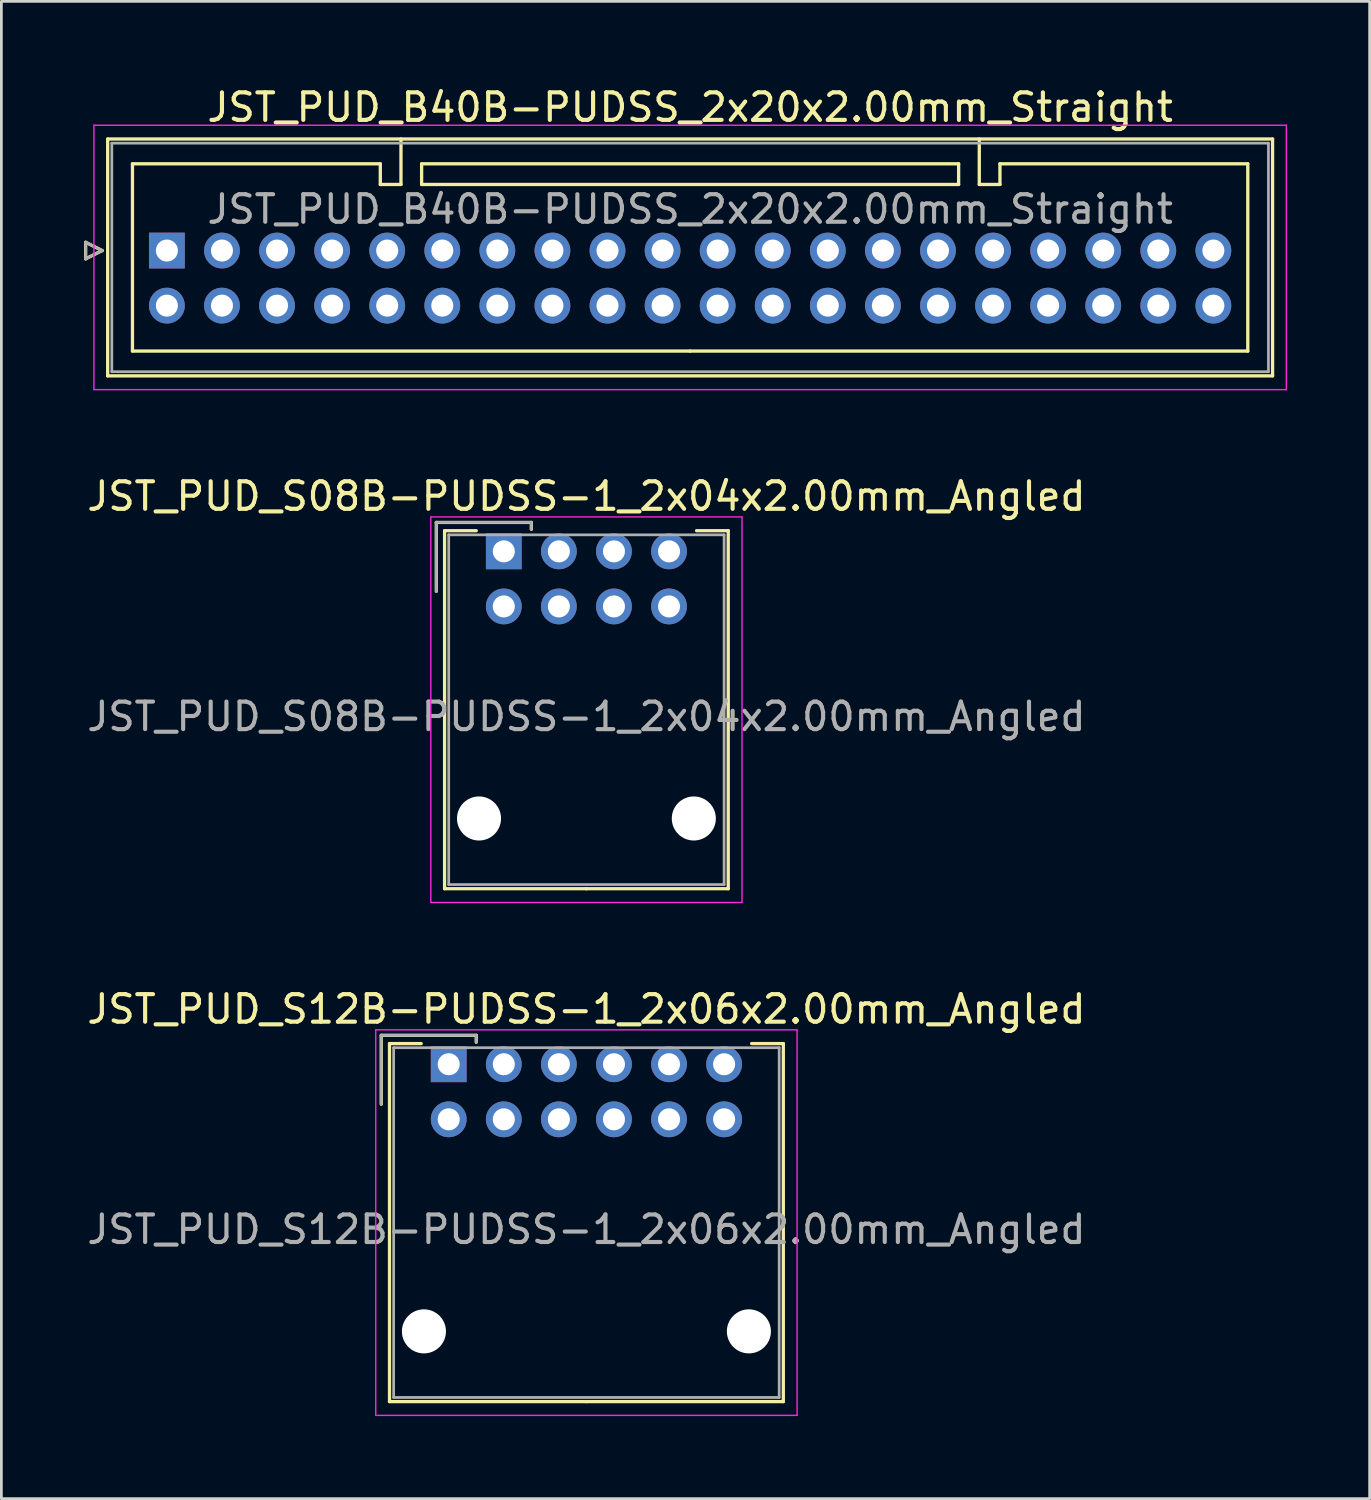
<source format=kicad_pcb>
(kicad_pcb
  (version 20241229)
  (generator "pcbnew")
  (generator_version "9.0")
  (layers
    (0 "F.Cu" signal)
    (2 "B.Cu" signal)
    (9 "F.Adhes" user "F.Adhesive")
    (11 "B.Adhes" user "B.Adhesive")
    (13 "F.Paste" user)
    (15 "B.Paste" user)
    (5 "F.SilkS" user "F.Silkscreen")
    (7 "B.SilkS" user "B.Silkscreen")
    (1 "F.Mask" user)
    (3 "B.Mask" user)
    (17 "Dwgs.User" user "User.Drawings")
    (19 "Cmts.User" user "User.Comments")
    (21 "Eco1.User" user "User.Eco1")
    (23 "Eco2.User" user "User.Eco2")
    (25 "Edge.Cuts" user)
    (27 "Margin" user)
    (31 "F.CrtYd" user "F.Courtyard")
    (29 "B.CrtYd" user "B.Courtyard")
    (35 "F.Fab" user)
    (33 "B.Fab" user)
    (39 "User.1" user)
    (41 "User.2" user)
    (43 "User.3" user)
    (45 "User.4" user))
  (footprint "JST_PUD_S12B-PUDSS-1_2x06x2.00mm_Angled"
    (layer "F.Cu")
    (at 13.244 35.595)
    (property "Reference" "JST_PUD_S12B-PUDSS-1_2x06x2.00mm_Angled" (at 5 -2 0) (layer "F.SilkS") (effects (font (size 1 1) (thickness 0.15))))
    (attr through_hole)
    (fp_line (start -2.45 -1.05) (end -2.45 1.45) (stroke (width 0.12) (type solid)) (layer "F.SilkS"))
    (fp_line (start -2.15 -0.75) (end -2.15 12.25) (stroke (width 0.12) (type solid)) (layer "F.SilkS"))
    (fp_line (start -2.15 12.25) (end 5 12.25) (stroke (width 0.12) (type solid)) (layer "F.SilkS"))
    (fp_line (start -1 -0.75) (end -2.15 -0.75) (stroke (width 0.12) (type solid)) (layer "F.SilkS"))
    (fp_line (start 1 -1.05) (end -2.45 -1.05) (stroke (width 0.12) (type solid)) (layer "F.SilkS"))
    (fp_line (start 1 -0.8) (end 1 -1.05) (stroke (width 0.12) (type solid)) (layer "F.SilkS"))
    (fp_line (start 11 -0.75) (end 12.15 -0.75) (stroke (width 0.12) (type solid)) (layer "F.SilkS"))
    (fp_line (start 12.15 -0.75) (end 12.15 12.25) (stroke (width 0.12) (type solid)) (layer "F.SilkS"))
    (fp_line (start 12.15 12.25) (end 5 12.25) (stroke (width 0.12) (type solid)) (layer "F.SilkS"))
    (fp_line (start -2.65 -1.25) (end -2.65 12.75) (stroke (width 0.05) (type solid)) (layer "F.CrtYd"))
    (fp_line (start -2.65 12.75) (end 12.65 12.75) (stroke (width 0.05) (type solid)) (layer "F.CrtYd"))
    (fp_line (start 12.65 -1.25) (end -2.65 -1.25) (stroke (width 0.05) (type solid)) (layer "F.CrtYd"))
    (fp_line (start 12.65 12.75) (end 12.65 -1.25) (stroke (width 0.05) (type solid)) (layer "F.CrtYd"))
    (fp_line (start -2.45 -1.05) (end -2.45 1.45) (stroke (width 0.1) (type solid)) (layer "F.Fab"))
    (fp_line (start -2 -0.6) (end -2 12.1) (stroke (width 0.1) (type solid)) (layer "F.Fab"))
    (fp_line (start -2 12.1) (end 12 12.1) (stroke (width 0.1) (type solid)) (layer "F.Fab"))
    (fp_line (start 1 -1.05) (end -2.45 -1.05) (stroke (width 0.1) (type solid)) (layer "F.Fab"))
    (fp_line (start 1 -0.8) (end 1 -1.05) (stroke (width 0.1) (type solid)) (layer "F.Fab"))
    (fp_line (start 12 -0.6) (end -2 -0.6) (stroke (width 0.1) (type solid)) (layer "F.Fab"))
    (fp_line (start 12 12.1) (end 12 -0.6) (stroke (width 0.1) (type solid)) (layer "F.Fab"))
    (fp_text user "${REFERENCE}" (at 5 6 0) (layer "F.Fab") (effects (font (size 1 1) (thickness 0.15))))
    (pad "" np_thru_hole circle (at -0.9 9.7) (size 1.6 1.6) (drill 1.6) (layers "*.Cu"))
    (pad "" np_thru_hole circle (at 10.9 9.7) (size 1.6 1.6) (drill 1.6) (layers "*.Cu"))
    (pad "1" thru_hole rect (at 0 0) (size 1.3 1.3) (drill 0.8) (layers "*.Cu" "*.Mask"))
    (pad "2" thru_hole circle (at 0 2) (size 1.3 1.3) (drill 0.8) (layers "*.Cu" "*.Mask"))
    (pad "3" thru_hole circle (at 2 0) (size 1.3 1.3) (drill 0.8) (layers "*.Cu" "*.Mask"))
    (pad "4" thru_hole circle (at 2 2) (size 1.3 1.3) (drill 0.8) (layers "*.Cu" "*.Mask"))
    (pad "5" thru_hole circle (at 4 0) (size 1.3 1.3) (drill 0.8) (layers "*.Cu" "*.Mask"))
    (pad "6" thru_hole circle (at 4 2) (size 1.3 1.3) (drill 0.8) (layers "*.Cu" "*.Mask"))
    (pad "7" thru_hole circle (at 6 0) (size 1.3 1.3) (drill 0.8) (layers "*.Cu" "*.Mask"))
    (pad "8" thru_hole circle (at 6 2) (size 1.3 1.3) (drill 0.8) (layers "*.Cu" "*.Mask"))
    (pad "9" thru_hole circle (at 8 0) (size 1.3 1.3) (drill 0.8) (layers "*.Cu" "*.Mask"))
    (pad "10" thru_hole circle (at 8 2) (size 1.3 1.3) (drill 0.8) (layers "*.Cu" "*.Mask"))
    (pad "11" thru_hole circle (at 10 0) (size 1.3 1.3) (drill 0.8) (layers "*.Cu" "*.Mask"))
    (pad "12" thru_hole circle (at 10 2) (size 1.3 1.3) (drill 0.8) (layers "*.Cu" "*.Mask")))
  (footprint "JST_PUD_B40B-PUDSS_2x20x2.00mm_Straight"
    (layer "F.Cu")
    (at 3.01 6.048)
    (property "Reference" "JST_PUD_B40B-PUDSS_2x20x2.00mm_Straight" (at 19 -5.2 0) (layer "F.SilkS") (effects (font (size 1 1) (thickness 0.15))))
    (attr through_hole)
    (fp_line (start -2.95 -0.3) (end -2.35 0) (stroke (width 0.12) (type solid)) (layer "F.SilkS"))
    (fp_line (start -2.95 0.3) (end -2.95 -0.3) (stroke (width 0.12) (type solid)) (layer "F.SilkS"))
    (fp_line (start -2.35 0) (end -2.95 0.3) (stroke (width 0.12) (type solid)) (layer "F.SilkS"))
    (fp_line (start -2.15 -4.05) (end -2.15 4.55) (stroke (width 0.12) (type solid)) (layer "F.SilkS"))
    (fp_line (start -2.15 4.55) (end 40.15 4.55) (stroke (width 0.12) (type solid)) (layer "F.SilkS"))
    (fp_line (start -1.25 -3.15) (end -1.25 3.65) (stroke (width 0.12) (type solid)) (layer "F.SilkS"))
    (fp_line (start -1.25 3.65) (end 19 3.65) (stroke (width 0.12) (type solid)) (layer "F.SilkS"))
    (fp_line (start 7.75 -3.15) (end -1.25 -3.15) (stroke (width 0.12) (type solid)) (layer "F.SilkS"))
    (fp_line (start 7.75 -2.4) (end 7.75 -3.15) (stroke (width 0.12) (type solid)) (layer "F.SilkS"))
    (fp_line (start 8.5 -4.05) (end 8.5 -2.4) (stroke (width 0.12) (type solid)) (layer "F.SilkS"))
    (fp_line (start 8.5 -2.4) (end 7.75 -2.4) (stroke (width 0.12) (type solid)) (layer "F.SilkS"))
    (fp_line (start 9.25 -3.15) (end 9.25 -2.4) (stroke (width 0.12) (type solid)) (layer "F.SilkS"))
    (fp_line (start 9.25 -2.4) (end 28.75 -2.4) (stroke (width 0.12) (type solid)) (layer "F.SilkS"))
    (fp_line (start 28.75 -3.15) (end 9.25 -3.15) (stroke (width 0.12) (type solid)) (layer "F.SilkS"))
    (fp_line (start 28.75 -2.4) (end 28.75 -3.15) (stroke (width 0.12) (type solid)) (layer "F.SilkS"))
    (fp_line (start 29.5 -4.05) (end 29.5 -2.4) (stroke (width 0.12) (type solid)) (layer "F.SilkS"))
    (fp_line (start 29.5 -2.4) (end 30.25 -2.4) (stroke (width 0.12) (type solid)) (layer "F.SilkS"))
    (fp_line (start 30.25 -3.15) (end 39.25 -3.15) (stroke (width 0.12) (type solid)) (layer "F.SilkS"))
    (fp_line (start 30.25 -2.4) (end 30.25 -3.15) (stroke (width 0.12) (type solid)) (layer "F.SilkS"))
    (fp_line (start 39.25 -3.15) (end 39.25 3.65) (stroke (width 0.12) (type solid)) (layer "F.SilkS"))
    (fp_line (start 39.25 3.65) (end 19 3.65) (stroke (width 0.12) (type solid)) (layer "F.SilkS"))
    (fp_line (start 40.15 -4.05) (end -2.15 -4.05) (stroke (width 0.12) (type solid)) (layer "F.SilkS"))
    (fp_line (start 40.15 4.55) (end 40.15 -4.05) (stroke (width 0.12) (type solid)) (layer "F.SilkS"))
    (fp_line (start -2.65 -4.55) (end -2.65 5.05) (stroke (width 0.05) (type solid)) (layer "F.CrtYd"))
    (fp_line (start -2.65 5.05) (end 40.65 5.05) (stroke (width 0.05) (type solid)) (layer "F.CrtYd"))
    (fp_line (start 40.65 -4.55) (end -2.65 -4.55) (stroke (width 0.05) (type solid)) (layer "F.CrtYd"))
    (fp_line (start 40.65 5.05) (end 40.65 -4.55) (stroke (width 0.05) (type solid)) (layer "F.CrtYd"))
    (fp_line (start -2.95 -0.3) (end -2.35 0) (stroke (width 0.1) (type solid)) (layer "F.Fab"))
    (fp_line (start -2.95 0.3) (end -2.95 -0.3) (stroke (width 0.1) (type solid)) (layer "F.Fab"))
    (fp_line (start -2.35 0) (end -2.95 0.3) (stroke (width 0.1) (type solid)) (layer "F.Fab"))
    (fp_line (start -2 -3.9) (end -2 4.4) (stroke (width 0.1) (type solid)) (layer "F.Fab"))
    (fp_line (start -2 4.4) (end 40 4.4) (stroke (width 0.1) (type solid)) (layer "F.Fab"))
    (fp_line (start 40 -3.9) (end -2 -3.9) (stroke (width 0.1) (type solid)) (layer "F.Fab"))
    (fp_line (start 40 4.4) (end 40 -3.9) (stroke (width 0.1) (type solid)) (layer "F.Fab"))
    (fp_text user "${REFERENCE}" (at 19 -1.5 0) (layer "F.Fab") (effects (font (size 1 1) (thickness 0.15))))
    (pad "1" thru_hole rect (at 0 0) (size 1.3 1.3) (drill 0.8) (layers "*.Cu" "*.Mask"))
    (pad "2" thru_hole circle (at 0 2) (size 1.3 1.3) (drill 0.8) (layers "*.Cu" "*.Mask"))
    (pad "3" thru_hole circle (at 2 0) (size 1.3 1.3) (drill 0.8) (layers "*.Cu" "*.Mask"))
    (pad "4" thru_hole circle (at 2 2) (size 1.3 1.3) (drill 0.8) (layers "*.Cu" "*.Mask"))
    (pad "5" thru_hole circle (at 4 0) (size 1.3 1.3) (drill 0.8) (layers "*.Cu" "*.Mask"))
    (pad "6" thru_hole circle (at 4 2) (size 1.3 1.3) (drill 0.8) (layers "*.Cu" "*.Mask"))
    (pad "7" thru_hole circle (at 6 0) (size 1.3 1.3) (drill 0.8) (layers "*.Cu" "*.Mask"))
    (pad "8" thru_hole circle (at 6 2) (size 1.3 1.3) (drill 0.8) (layers "*.Cu" "*.Mask"))
    (pad "9" thru_hole circle (at 8 0) (size 1.3 1.3) (drill 0.8) (layers "*.Cu" "*.Mask"))
    (pad "10" thru_hole circle (at 8 2) (size 1.3 1.3) (drill 0.8) (layers "*.Cu" "*.Mask"))
    (pad "11" thru_hole circle (at 10 0) (size 1.3 1.3) (drill 0.8) (layers "*.Cu" "*.Mask"))
    (pad "12" thru_hole circle (at 10 2) (size 1.3 1.3) (drill 0.8) (layers "*.Cu" "*.Mask"))
    (pad "13" thru_hole circle (at 12 0) (size 1.3 1.3) (drill 0.8) (layers "*.Cu" "*.Mask"))
    (pad "14" thru_hole circle (at 12 2) (size 1.3 1.3) (drill 0.8) (layers "*.Cu" "*.Mask"))
    (pad "15" thru_hole circle (at 14 0) (size 1.3 1.3) (drill 0.8) (layers "*.Cu" "*.Mask"))
    (pad "16" thru_hole circle (at 14 2) (size 1.3 1.3) (drill 0.8) (layers "*.Cu" "*.Mask"))
    (pad "17" thru_hole circle (at 16 0) (size 1.3 1.3) (drill 0.8) (layers "*.Cu" "*.Mask"))
    (pad "18" thru_hole circle (at 16 2) (size 1.3 1.3) (drill 0.8) (layers "*.Cu" "*.Mask"))
    (pad "19" thru_hole circle (at 18 0) (size 1.3 1.3) (drill 0.8) (layers "*.Cu" "*.Mask"))
    (pad "20" thru_hole circle (at 18 2) (size 1.3 1.3) (drill 0.8) (layers "*.Cu" "*.Mask"))
    (pad "21" thru_hole circle (at 20 0) (size 1.3 1.3) (drill 0.8) (layers "*.Cu" "*.Mask"))
    (pad "22" thru_hole circle (at 20 2) (size 1.3 1.3) (drill 0.8) (layers "*.Cu" "*.Mask"))
    (pad "23" thru_hole circle (at 22 0) (size 1.3 1.3) (drill 0.8) (layers "*.Cu" "*.Mask"))
    (pad "24" thru_hole circle (at 22 2) (size 1.3 1.3) (drill 0.8) (layers "*.Cu" "*.Mask"))
    (pad "25" thru_hole circle (at 24 0) (size 1.3 1.3) (drill 0.8) (layers "*.Cu" "*.Mask"))
    (pad "26" thru_hole circle (at 24 2) (size 1.3 1.3) (drill 0.8) (layers "*.Cu" "*.Mask"))
    (pad "27" thru_hole circle (at 26 0) (size 1.3 1.3) (drill 0.8) (layers "*.Cu" "*.Mask"))
    (pad "28" thru_hole circle (at 26 2) (size 1.3 1.3) (drill 0.8) (layers "*.Cu" "*.Mask"))
    (pad "29" thru_hole circle (at 28 0) (size 1.3 1.3) (drill 0.8) (layers "*.Cu" "*.Mask"))
    (pad "30" thru_hole circle (at 28 2) (size 1.3 1.3) (drill 0.8) (layers "*.Cu" "*.Mask"))
    (pad "31" thru_hole circle (at 30 0) (size 1.3 1.3) (drill 0.8) (layers "*.Cu" "*.Mask"))
    (pad "32" thru_hole circle (at 30 2) (size 1.3 1.3) (drill 0.8) (layers "*.Cu" "*.Mask"))
    (pad "33" thru_hole circle (at 32 0) (size 1.3 1.3) (drill 0.8) (layers "*.Cu" "*.Mask"))
    (pad "34" thru_hole circle (at 32 2) (size 1.3 1.3) (drill 0.8) (layers "*.Cu" "*.Mask"))
    (pad "35" thru_hole circle (at 34 0) (size 1.3 1.3) (drill 0.8) (layers "*.Cu" "*.Mask"))
    (pad "36" thru_hole circle (at 34 2) (size 1.3 1.3) (drill 0.8) (layers "*.Cu" "*.Mask"))
    (pad "37" thru_hole circle (at 36 0) (size 1.3 1.3) (drill 0.8) (layers "*.Cu" "*.Mask"))
    (pad "38" thru_hole circle (at 36 2) (size 1.3 1.3) (drill 0.8) (layers "*.Cu" "*.Mask"))
    (pad "39" thru_hole circle (at 38 0) (size 1.3 1.3) (drill 0.8) (layers "*.Cu" "*.Mask"))
    (pad "40" thru_hole circle (at 38 2) (size 1.3 1.3) (drill 0.8) (layers "*.Cu" "*.Mask")))
  (footprint "JST_PUD_S08B-PUDSS-1_2x04x2.00mm_Angled"
    (layer "F.Cu")
    (at 15.244 16.971)
    (property "Reference" "JST_PUD_S08B-PUDSS-1_2x04x2.00mm_Angled" (at 3 -2 0) (layer "F.SilkS") (effects (font (size 1 1) (thickness 0.15))))
    (attr through_hole)
    (fp_line (start -2.45 -1.05) (end -2.45 1.45) (stroke (width 0.12) (type solid)) (layer "F.SilkS"))
    (fp_line (start -2.15 -0.75) (end -2.15 12.25) (stroke (width 0.12) (type solid)) (layer "F.SilkS"))
    (fp_line (start -2.15 12.25) (end 3 12.25) (stroke (width 0.12) (type solid)) (layer "F.SilkS"))
    (fp_line (start -1 -0.75) (end -2.15 -0.75) (stroke (width 0.12) (type solid)) (layer "F.SilkS"))
    (fp_line (start 1 -1.05) (end -2.45 -1.05) (stroke (width 0.12) (type solid)) (layer "F.SilkS"))
    (fp_line (start 1 -0.8) (end 1 -1.05) (stroke (width 0.12) (type solid)) (layer "F.SilkS"))
    (fp_line (start 7 -0.75) (end 8.15 -0.75) (stroke (width 0.12) (type solid)) (layer "F.SilkS"))
    (fp_line (start 8.15 -0.75) (end 8.15 12.25) (stroke (width 0.12) (type solid)) (layer "F.SilkS"))
    (fp_line (start 8.15 12.25) (end 3 12.25) (stroke (width 0.12) (type solid)) (layer "F.SilkS"))
    (fp_line (start -2.65 -1.25) (end -2.65 12.75) (stroke (width 0.05) (type solid)) (layer "F.CrtYd"))
    (fp_line (start -2.65 12.75) (end 8.65 12.75) (stroke (width 0.05) (type solid)) (layer "F.CrtYd"))
    (fp_line (start 8.65 -1.25) (end -2.65 -1.25) (stroke (width 0.05) (type solid)) (layer "F.CrtYd"))
    (fp_line (start 8.65 12.75) (end 8.65 -1.25) (stroke (width 0.05) (type solid)) (layer "F.CrtYd"))
    (fp_line (start -2.45 -1.05) (end -2.45 1.45) (stroke (width 0.1) (type solid)) (layer "F.Fab"))
    (fp_line (start -2 -0.6) (end -2 12.1) (stroke (width 0.1) (type solid)) (layer "F.Fab"))
    (fp_line (start -2 12.1) (end 8 12.1) (stroke (width 0.1) (type solid)) (layer "F.Fab"))
    (fp_line (start 1 -1.05) (end -2.45 -1.05) (stroke (width 0.1) (type solid)) (layer "F.Fab"))
    (fp_line (start 1 -0.8) (end 1 -1.05) (stroke (width 0.1) (type solid)) (layer "F.Fab"))
    (fp_line (start 8 -0.6) (end -2 -0.6) (stroke (width 0.1) (type solid)) (layer "F.Fab"))
    (fp_line (start 8 12.1) (end 8 -0.6) (stroke (width 0.1) (type solid)) (layer "F.Fab"))
    (fp_text user "${REFERENCE}" (at 3 6 0) (layer "F.Fab") (effects (font (size 1 1) (thickness 0.15))))
    (pad "" np_thru_hole circle (at -0.9 9.7) (size 1.6 1.6) (drill 1.6) (layers "*.Cu"))
    (pad "" np_thru_hole circle (at 6.9 9.7) (size 1.6 1.6) (drill 1.6) (layers "*.Cu"))
    (pad "1" thru_hole rect (at 0 0) (size 1.3 1.3) (drill 0.8) (layers "*.Cu" "*.Mask"))
    (pad "2" thru_hole circle (at 0 2) (size 1.3 1.3) (drill 0.8) (layers "*.Cu" "*.Mask"))
    (pad "3" thru_hole circle (at 2 0) (size 1.3 1.3) (drill 0.8) (layers "*.Cu" "*.Mask"))
    (pad "4" thru_hole circle (at 2 2) (size 1.3 1.3) (drill 0.8) (layers "*.Cu" "*.Mask"))
    (pad "5" thru_hole circle (at 4 0) (size 1.3 1.3) (drill 0.8) (layers "*.Cu" "*.Mask"))
    (pad "6" thru_hole circle (at 4 2) (size 1.3 1.3) (drill 0.8) (layers "*.Cu" "*.Mask"))
    (pad "7" thru_hole circle (at 6 0) (size 1.3 1.3) (drill 0.8) (layers "*.Cu" "*.Mask"))
    (pad "8" thru_hole circle (at 6 2) (size 1.3 1.3) (drill 0.8) (layers "*.Cu" "*.Mask")))
  (gr_rect
    (start -3 -3)
    (end 46.685 51.37)
    (stroke (width 0.1) (type default))
    (fill no)
    (layer "Edge.Cuts")))
</source>
